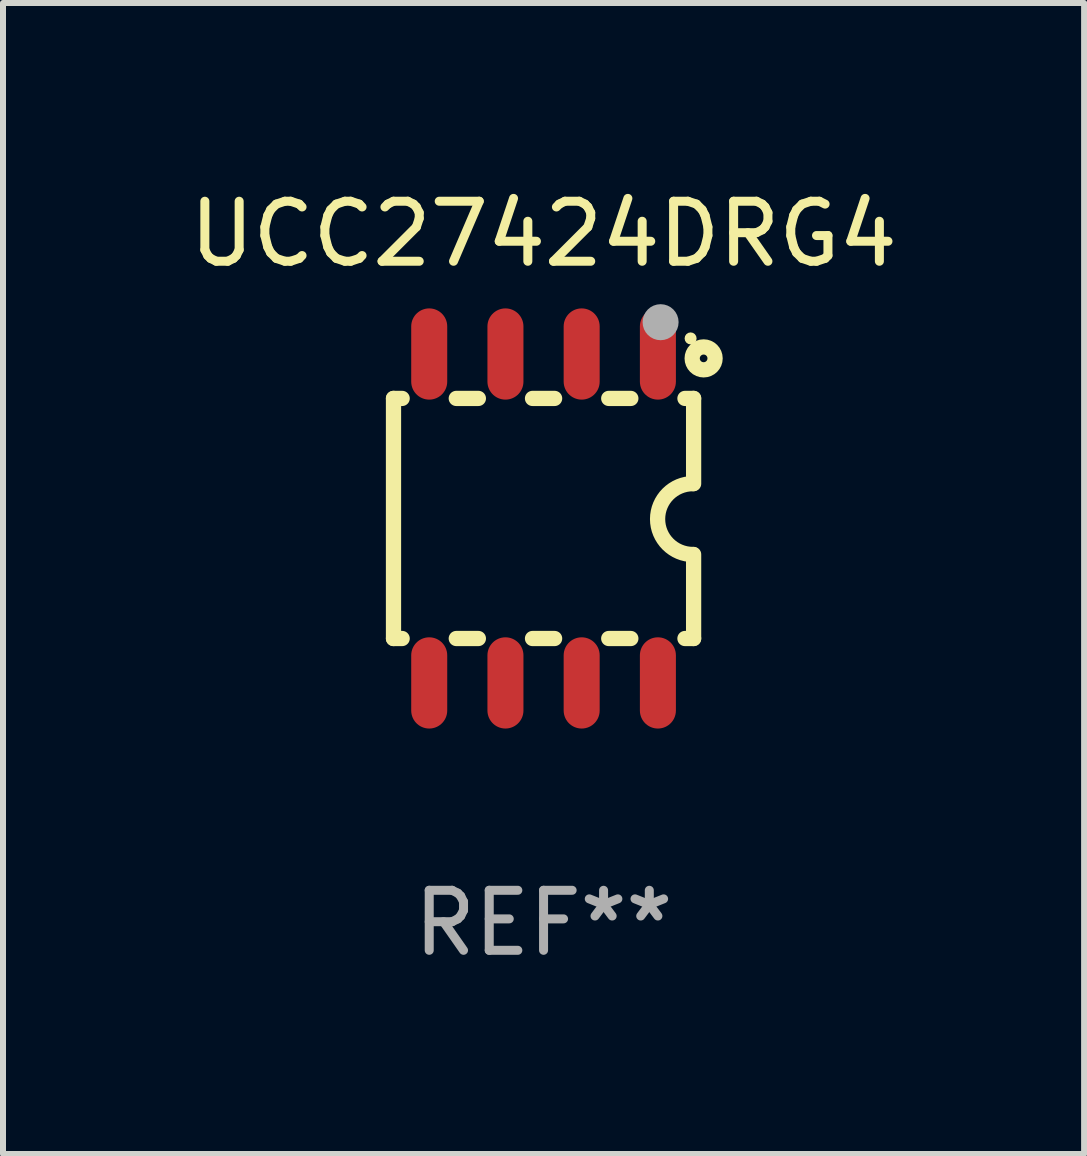
<source format=kicad_pcb>
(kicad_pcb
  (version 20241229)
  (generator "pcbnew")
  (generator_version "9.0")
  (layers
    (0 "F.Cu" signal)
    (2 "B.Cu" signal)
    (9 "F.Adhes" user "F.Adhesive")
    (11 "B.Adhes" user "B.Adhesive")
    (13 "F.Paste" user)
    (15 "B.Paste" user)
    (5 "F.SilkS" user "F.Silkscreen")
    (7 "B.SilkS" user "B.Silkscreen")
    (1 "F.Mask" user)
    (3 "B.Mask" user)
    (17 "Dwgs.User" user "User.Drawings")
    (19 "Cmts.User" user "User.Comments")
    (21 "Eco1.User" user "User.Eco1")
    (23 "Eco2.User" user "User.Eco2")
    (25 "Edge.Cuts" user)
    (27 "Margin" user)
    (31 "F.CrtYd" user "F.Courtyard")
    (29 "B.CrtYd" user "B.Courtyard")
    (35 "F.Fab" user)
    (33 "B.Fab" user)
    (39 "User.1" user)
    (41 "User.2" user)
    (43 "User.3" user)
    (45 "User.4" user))
  (footprint "UCC27424DRG4"
    (layer "F.Cu")
    (at 6.006 5.588)
    (property "Reference" "UCC27424DRG4" (at 0 -4.74 0) (layer "F.SilkS") (effects (font (size 1 1) (thickness 0.15))))
    (attr through_hole)
    (fp_line (start -2.5 2) (end -2.5 -2) (stroke (width 0.254) (type solid)) (layer "F.SilkS"))
    (fp_line (start -2.356 -2) (end -2.5 -2) (stroke (width 0.254) (type solid)) (layer "F.SilkS"))
    (fp_line (start -2.356 2) (end -2.5 2) (stroke (width 0.254) (type solid)) (layer "F.SilkS"))
    (fp_line (start -1.086 -2) (end -1.454 -2) (stroke (width 0.254) (type solid)) (layer "F.SilkS"))
    (fp_line (start -1.086 2) (end -1.454 2) (stroke (width 0.254) (type solid)) (layer "F.SilkS"))
    (fp_line (start 0.184 -2) (end -0.184 -2) (stroke (width 0.254) (type solid)) (layer "F.SilkS"))
    (fp_line (start 0.184 2) (end -0.184 2) (stroke (width 0.254) (type solid)) (layer "F.SilkS"))
    (fp_line (start 1.454 -2) (end 1.086 -2) (stroke (width 0.254) (type solid)) (layer "F.SilkS"))
    (fp_line (start 1.454 2) (end 1.086 2) (stroke (width 0.254) (type solid)) (layer "F.SilkS"))
    (fp_line (start 2.5 -2) (end 2.356 -2) (stroke (width 0.254) (type solid)) (layer "F.SilkS"))
    (fp_line (start 2.5 -0.58) (end 2.5 -2) (stroke (width 0.254) (type solid)) (layer "F.SilkS"))
    (fp_line (start 2.5 2) (end 2.356 2) (stroke (width 0.254) (type solid)) (layer "F.SilkS"))
    (fp_line (start 2.5 2) (end 2.5 0.6) (stroke (width 0.254) (type solid)) (layer "F.SilkS"))
    (fp_arc (start 2.489992 0.600051) (mid 1.901674 0.010046) (end 2.489992 -0.579959) (stroke (width 0.254001) (type solid)) (layer "F.SilkS"))
    (fp_circle (center 2.45 -3) (end 2.5 -3) (stroke (width 0.1) (type solid)) (fill no) (layer "F.SilkS"))
    (fp_circle (center 2.667 -2.667) (end 2.858 -2.667) (stroke (width 0.254) (type solid)) (fill no) (layer "F.SilkS"))
    (fp_circle (center 1.95 -3.27) (end 2.1 -3.27) (stroke (width 0.3) (type solid)) (fill no) (layer "F.Fab"))
    (fp_text user "REF**" (at 0 6.74 0) (layer "F.Fab") (effects (font (size 1 1) (thickness 0.15))))
    (pad "1" smd oval (at 1.905 -2.74) (size 0.6 1.52) (layers "F.Cu" "F.Mask" "F.Paste"))
    (pad "2" smd oval (at 0.635 -2.74) (size 0.6 1.52) (layers "F.Cu" "F.Mask" "F.Paste"))
    (pad "3" smd oval (at -0.635 -2.74) (size 0.6 1.52) (layers "F.Cu" "F.Mask" "F.Paste"))
    (pad "4" smd oval (at -1.905 -2.74) (size 0.6 1.52) (layers "F.Cu" "F.Mask" "F.Paste"))
    (pad "5" smd oval (at -1.905 2.74) (size 0.6 1.52) (layers "F.Cu" "F.Mask" "F.Paste"))
    (pad "6" smd oval (at -0.635 2.74) (size 0.6 1.52) (layers "F.Cu" "F.Mask" "F.Paste"))
    (pad "7" smd oval (at 0.635 2.74) (size 0.6 1.52) (layers "F.Cu" "F.Mask" "F.Paste"))
    (pad "8" smd oval (at 1.905 2.74) (size 0.6 1.52) (layers "F.Cu" "F.Mask" "F.Paste")))
  (gr_rect
    (start -3 -3)
    (end 15.012 16.176)
    (stroke (width 0.1) (type default))
    (fill no)
    (layer "Edge.Cuts")))
</source>
